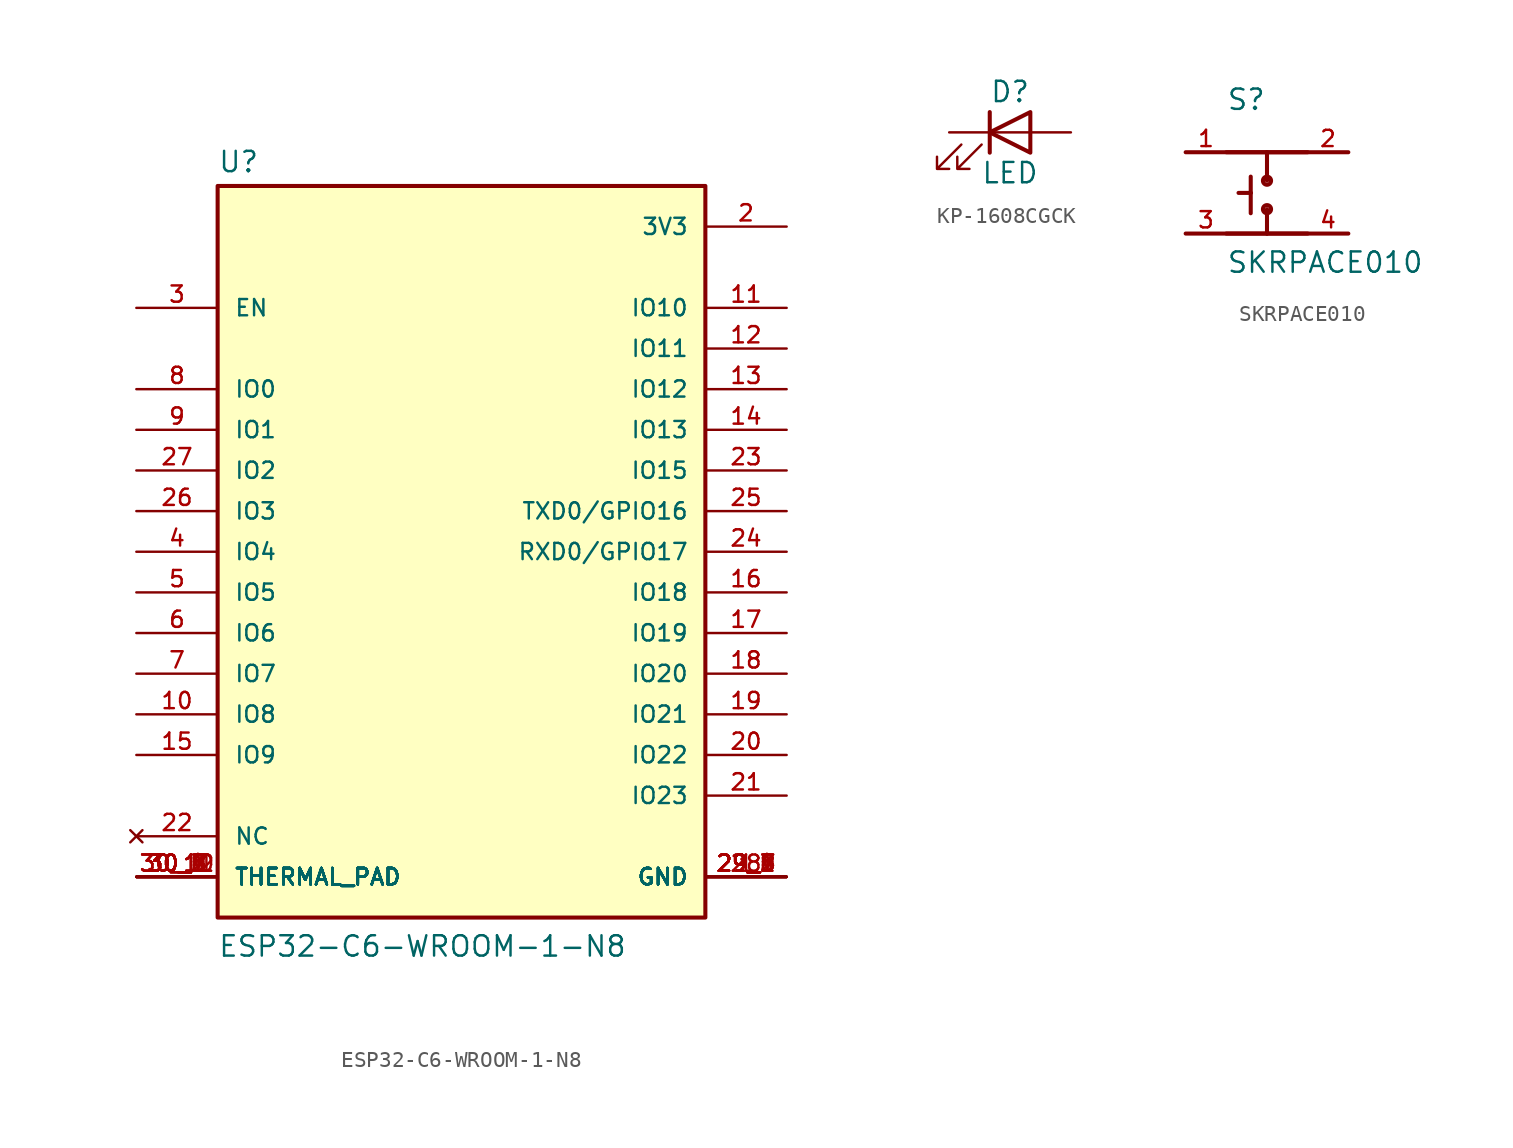
<source format=kicad_sym>
(kicad_symbol_lib
  (version 20231120)
  (generator "kicad_symbol_editor")
  (generator_version "8.0")
  (symbol "ESP32-C6-WROOM-1-N8"
    (pin_names
      (offset 1.016))
    (property "Reference" "U"
      (at -15.24 23.622 0)
      (effects (font (size 1.27 1.27)) (justify left bottom)))
    (property "Value" "ESP32-C6-WROOM-1-N8"
      (at -15.24 -25.4 0)
      (effects (font (size 1.27 1.27)) (justify left bottom)))
    (symbol "ESP32-C6-WROOM-1-N8_0_0"
      (rectangle (start -15.24 -22.86) (end 15.24 22.86) (stroke (width 0.254) (type default)) (fill (type background)))
      (pin power_in line (at 20.32 -20.32 180) (length 5.08) (name "GND" (effects (font (size 1.016 1.016)))) (number "1" (effects (font (size 1.016 1.016)))))
      (pin bidirectional line (at -20.32 -10.16 0) (length 5.08) (name "IO8" (effects (font (size 1.016 1.016)))) (number "10" (effects (font (size 1.016 1.016)))))
      (pin bidirectional line (at 20.32 15.24 180) (length 5.08) (name "IO10" (effects (font (size 1.016 1.016)))) (number "11" (effects (font (size 1.016 1.016)))))
      (pin bidirectional line (at 20.32 12.7 180) (length 5.08) (name "IO11" (effects (font (size 1.016 1.016)))) (number "12" (effects (font (size 1.016 1.016)))))
      (pin bidirectional line (at 20.32 10.16 180) (length 5.08) (name "IO12" (effects (font (size 1.016 1.016)))) (number "13" (effects (font (size 1.016 1.016)))))
      (pin bidirectional line (at 20.32 7.62 180) (length 5.08) (name "IO13" (effects (font (size 1.016 1.016)))) (number "14" (effects (font (size 1.016 1.016)))))
      (pin bidirectional line (at -20.32 -12.7 0) (length 5.08) (name "IO9" (effects (font (size 1.016 1.016)))) (number "15" (effects (font (size 1.016 1.016)))))
      (pin bidirectional line (at 20.32 -2.54 180) (length 5.08) (name "IO18" (effects (font (size 1.016 1.016)))) (number "16" (effects (font (size 1.016 1.016)))))
      (pin bidirectional line (at 20.32 -5.08 180) (length 5.08) (name "IO19" (effects (font (size 1.016 1.016)))) (number "17" (effects (font (size 1.016 1.016)))))
      (pin bidirectional line (at 20.32 -7.62 180) (length 5.08) (name "IO20" (effects (font (size 1.016 1.016)))) (number "18" (effects (font (size 1.016 1.016)))))
      (pin bidirectional line (at 20.32 -10.16 180) (length 5.08) (name "IO21" (effects (font (size 1.016 1.016)))) (number "19" (effects (font (size 1.016 1.016)))))
      (pin power_in line (at 20.32 20.32 180) (length 5.08) (name "3V3" (effects (font (size 1.016 1.016)))) (number "2" (effects (font (size 1.016 1.016)))))
      (pin bidirectional line (at 20.32 -12.7 180) (length 5.08) (name "IO22" (effects (font (size 1.016 1.016)))) (number "20" (effects (font (size 1.016 1.016)))))
      (pin bidirectional line (at 20.32 -15.24 180) (length 5.08) (name "IO23" (effects (font (size 1.016 1.016)))) (number "21" (effects (font (size 1.016 1.016)))))
      (pin no_connect line (at -20.32 -17.78 0) (length 5.08) (name "NC" (effects (font (size 1.016 1.016)))) (number "22" (effects (font (size 1.016 1.016)))))
      (pin bidirectional line (at 20.32 5.08 180) (length 5.08) (name "IO15" (effects (font (size 1.016 1.016)))) (number "23" (effects (font (size 1.016 1.016)))))
      (pin bidirectional line (at 20.32 0 180) (length 5.08) (name "RXD0/GPIO17" (effects (font (size 1.016 1.016)))) (number "24" (effects (font (size 1.016 1.016)))))
      (pin bidirectional line (at 20.32 2.54 180) (length 5.08) (name "TXD0/GPIO16" (effects (font (size 1.016 1.016)))) (number "25" (effects (font (size 1.016 1.016)))))
      (pin bidirectional line (at -20.32 2.54 0) (length 5.08) (name "IO3" (effects (font (size 1.016 1.016)))) (number "26" (effects (font (size 1.016 1.016)))))
      (pin bidirectional line (at -20.32 5.08 0) (length 5.08) (name "IO2" (effects (font (size 1.016 1.016)))) (number "27" (effects (font (size 1.016 1.016)))))
      (pin power_in line (at 20.32 -20.32 180) (length 5.08) (name "GND" (effects (font (size 1.016 1.016)))) (number "28" (effects (font (size 1.016 1.016)))))
      (pin power_in line (at 20.32 -20.32 180) (length 5.08) (name "GND" (effects (font (size 1.016 1.016)))) (number "29_1" (effects (font (size 1.016 1.016)))))
      (pin power_in line (at 20.32 -20.32 180) (length 5.08) (name "GND" (effects (font (size 1.016 1.016)))) (number "29_2" (effects (font (size 1.016 1.016)))))
      (pin power_in line (at 20.32 -20.32 180) (length 5.08) (name "GND" (effects (font (size 1.016 1.016)))) (number "29_3" (effects (font (size 1.016 1.016)))))
      (pin power_in line (at 20.32 -20.32 180) (length 5.08) (name "GND" (effects (font (size 1.016 1.016)))) (number "29_4" (effects (font (size 1.016 1.016)))))
      (pin power_in line (at 20.32 -20.32 180) (length 5.08) (name "GND" (effects (font (size 1.016 1.016)))) (number "29_5" (effects (font (size 1.016 1.016)))))
      (pin power_in line (at 20.32 -20.32 180) (length 5.08) (name "GND" (effects (font (size 1.016 1.016)))) (number "29_6" (effects (font (size 1.016 1.016)))))
      (pin power_in line (at 20.32 -20.32 180) (length 5.08) (name "GND" (effects (font (size 1.016 1.016)))) (number "29_7" (effects (font (size 1.016 1.016)))))
      (pin power_in line (at 20.32 -20.32 180) (length 5.08) (name "GND" (effects (font (size 1.016 1.016)))) (number "29_8" (effects (font (size 1.016 1.016)))))
      (pin power_in line (at 20.32 -20.32 180) (length 5.08) (name "GND" (effects (font (size 1.016 1.016)))) (number "29_9" (effects (font (size 1.016 1.016)))))
      (pin input line (at -20.32 15.24 0) (length 5.08) (name "EN" (effects (font (size 1.016 1.016)))) (number "3" (effects (font (size 1.016 1.016)))))
      (pin bidirectional line (at -20.32 0 0) (length 5.08) (name "IO4" (effects (font (size 1.016 1.016)))) (number "4" (effects (font (size 1.016 1.016)))))
      (pin bidirectional line (at -20.32 -2.54 0) (length 5.08) (name "IO5" (effects (font (size 1.016 1.016)))) (number "5" (effects (font (size 1.016 1.016)))))
      (pin bidirectional line (at -20.32 -5.08 0) (length 5.08) (name "IO6" (effects (font (size 1.016 1.016)))) (number "6" (effects (font (size 1.016 1.016)))))
      (pin bidirectional line (at -20.32 -7.62 0) (length 5.08) (name "IO7" (effects (font (size 1.016 1.016)))) (number "7" (effects (font (size 1.016 1.016)))))
      (pin bidirectional line (at -20.32 10.16 0) (length 5.08) (name "IO0" (effects (font (size 1.016 1.016)))) (number "8" (effects (font (size 1.016 1.016)))))
      (pin bidirectional line (at -20.32 7.62 0) (length 5.08) (name "IO1" (effects (font (size 1.016 1.016)))) (number "9" (effects (font (size 1.016 1.016))))))
    (symbol "ESP32-C6-WROOM-1-N8_1_0"
      (pin bidirectional line (at -20.32 -20.32 0) (length 5.08) (name "THERMAL_PAD" (effects (font (size 1.016 1.016)))) (number "30_1" (effects (font (size 1.016 1.016)))))
      (pin bidirectional line (at -20.32 -20.32 0) (length 5.08) (name "THERMAL_PAD" (effects (font (size 1.016 1.016)))) (number "30_10" (effects (font (size 1.016 1.016)))))
      (pin bidirectional line (at -20.32 -20.32 0) (length 5.08) (name "THERMAL_PAD" (effects (font (size 1.016 1.016)))) (number "30_11" (effects (font (size 1.016 1.016)))))
      (pin bidirectional line (at -20.32 -20.32 0) (length 5.08) (name "THERMAL_PAD" (effects (font (size 1.016 1.016)))) (number "30_12" (effects (font (size 1.016 1.016)))))
      (pin bidirectional line (at -20.32 -20.32 0) (length 5.08) (name "THERMAL_PAD" (effects (font (size 1.016 1.016)))) (number "30_2" (effects (font (size 1.016 1.016)))))
      (pin bidirectional line (at -20.32 -20.32 0) (length 5.08) (name "THERMAL_PAD" (effects (font (size 1.016 1.016)))) (number "30_3" (effects (font (size 1.016 1.016)))))
      (pin bidirectional line (at -20.32 -20.32 0) (length 5.08) (name "THERMAL_PAD" (effects (font (size 1.016 1.016)))) (number "30_4" (effects (font (size 1.016 1.016)))))
      (pin bidirectional line (at -20.32 -20.32 0) (length 5.08) (name "THERMAL_PAD" (effects (font (size 1.016 1.016)))) (number "30_5" (effects (font (size 1.016 1.016)))))
      (pin bidirectional line (at -20.32 -20.32 0) (length 5.08) (name "THERMAL_PAD" (effects (font (size 1.016 1.016)))) (number "30_6" (effects (font (size 1.016 1.016)))))
      (pin bidirectional line (at -20.32 -20.32 0) (length 5.08) (name "THERMAL_PAD" (effects (font (size 1.016 1.016)))) (number "30_7" (effects (font (size 1.016 1.016)))))
      (pin bidirectional line (at -20.32 -20.32 0) (length 5.08) (name "THERMAL_PAD" (effects (font (size 1.016 1.016)))) (number "30_8" (effects (font (size 1.016 1.016)))))
      (pin bidirectional line (at -20.32 -20.32 0) (length 5.08) (name "THERMAL_PAD" (effects (font (size 1.016 1.016)))) (number "30_9" (effects (font (size 1.016 1.016)))))))
  (symbol "KP-1608CGCK"
    (pin_numbers hide)
    (pin_names
      (offset 1.016) hide)
    (property "Reference" "D"
      (at 0 2.54 0)
      (effects (font (size 1.27 1.27))))
    (property "Value" "LED"
      (at 0 -2.54 0)
      (effects (font (size 1.27 1.27))))
    (symbol "KP-1608CGCK_0_1"
      (polyline (pts (xy -1.27 -1.27) (xy -1.27 1.27)) (stroke (width 0.254) (type default)) (fill (type none)))
      (polyline (pts (xy -1.27 0) (xy 1.27 0)) (stroke (width 0) (type default)) (fill (type none)))
      (polyline (pts (xy 1.27 -1.27) (xy 1.27 1.27) (xy -1.27 0) (xy 1.27 -1.27)) (stroke (width 0.254) (type default)) (fill (type none)))
      (polyline (pts (xy -3.048 -0.762) (xy -4.572 -2.286) (xy -3.81 -2.286) (xy -4.572 -2.286) (xy -4.572 -1.524)) (stroke (width 0) (type default)) (fill (type none)))
      (polyline (pts (xy -1.778 -0.762) (xy -3.302 -2.286) (xy -2.54 -2.286) (xy -3.302 -2.286) (xy -3.302 -1.524)) (stroke (width 0) (type default)) (fill (type none))))
    (symbol "KP-1608CGCK_1_1"
      (pin passive line (at -3.81 0 0) (length 2.54) (name "K" (effects (font (size 1.27 1.27)))) (number "1" (effects (font (size 1.27 1.27)))))
      (pin passive line (at 3.81 0 180) (length 2.54) (name "A" (effects (font (size 1.27 1.27)))) (number "2" (effects (font (size 1.27 1.27)))))))
  (symbol "SKRPACE010"
    (pin_names
      (offset 1.016))
    (property "Reference" "S"
      (at -2.543 5.086 0)
      (effects (font (size 1.27 1.27)) (justify left bottom)))
    (property "Value" "SKRPACE010"
      (at -2.544 -5.088 0)
      (effects (font (size 1.27 1.27)) (justify left bottom)))
    (symbol "SKRPACE010_0_0"
      (circle (center 0 -1.016) (radius 0.254) (stroke (width 0.254) (type default)) (fill (type none)))
      (polyline (pts (xy -5.08 2.54) (xy 5.08 2.54)) (stroke (width 0.254) (type default)) (fill (type none)))
      (polyline (pts (xy -2.54 -2.54) (xy 0 -2.54)) (stroke (width 0.254) (type default)) (fill (type none)))
      (polyline (pts (xy -2.54 2.54) (xy 0 2.54)) (stroke (width 0.254) (type default)) (fill (type none)))
      (polyline (pts (xy -1.016 0) (xy -1.778 0)) (stroke (width 0.254) (type default)) (fill (type none)))
      (polyline (pts (xy -1.016 0) (xy -1.016 -1.27)) (stroke (width 0.254) (type default)) (fill (type none)))
      (polyline (pts (xy -1.016 1.016) (xy -1.016 0)) (stroke (width 0.254) (type default)) (fill (type none)))
      (polyline (pts (xy 0 -2.54) (xy 2.54 -2.54)) (stroke (width 0.254) (type default)) (fill (type none)))
      (polyline (pts (xy 0 -1.016) (xy 0 -2.54)) (stroke (width 0.254) (type default)) (fill (type none)))
      (polyline (pts (xy 0 0.762) (xy 0 2.54)) (stroke (width 0.254) (type default)) (fill (type none)))
      (polyline (pts (xy 0 2.54) (xy 2.54 2.54)) (stroke (width 0.254) (type default)) (fill (type none)))
      (polyline (pts (xy 5.08 -2.54) (xy -5.08 -2.54)) (stroke (width 0.254) (type default)) (fill (type none)))
      (circle (center 0 0.762) (radius 0.254) (stroke (width 0.254) (type default)) (fill (type none)))
      (pin bidirectional line (at -5.08 2.54 0) (length 2.54) (name "~" (effects (font (size 1.016 1.016)))) (number "1" (effects (font (size 1.016 1.016)))))
      (pin bidirectional line (at 5.08 2.54 180) (length 2.54) (name "~" (effects (font (size 1.016 1.016)))) (number "2" (effects (font (size 1.016 1.016)))))
      (pin bidirectional line (at -5.08 -2.54 0) (length 2.54) (name "~" (effects (font (size 1.016 1.016)))) (number "3" (effects (font (size 1.016 1.016)))))
      (pin bidirectional line (at 5.08 -2.54 180) (length 2.54) (name "~" (effects (font (size 1.016 1.016)))) (number "4" (effects (font (size 1.016 1.016))))))))
</source>
